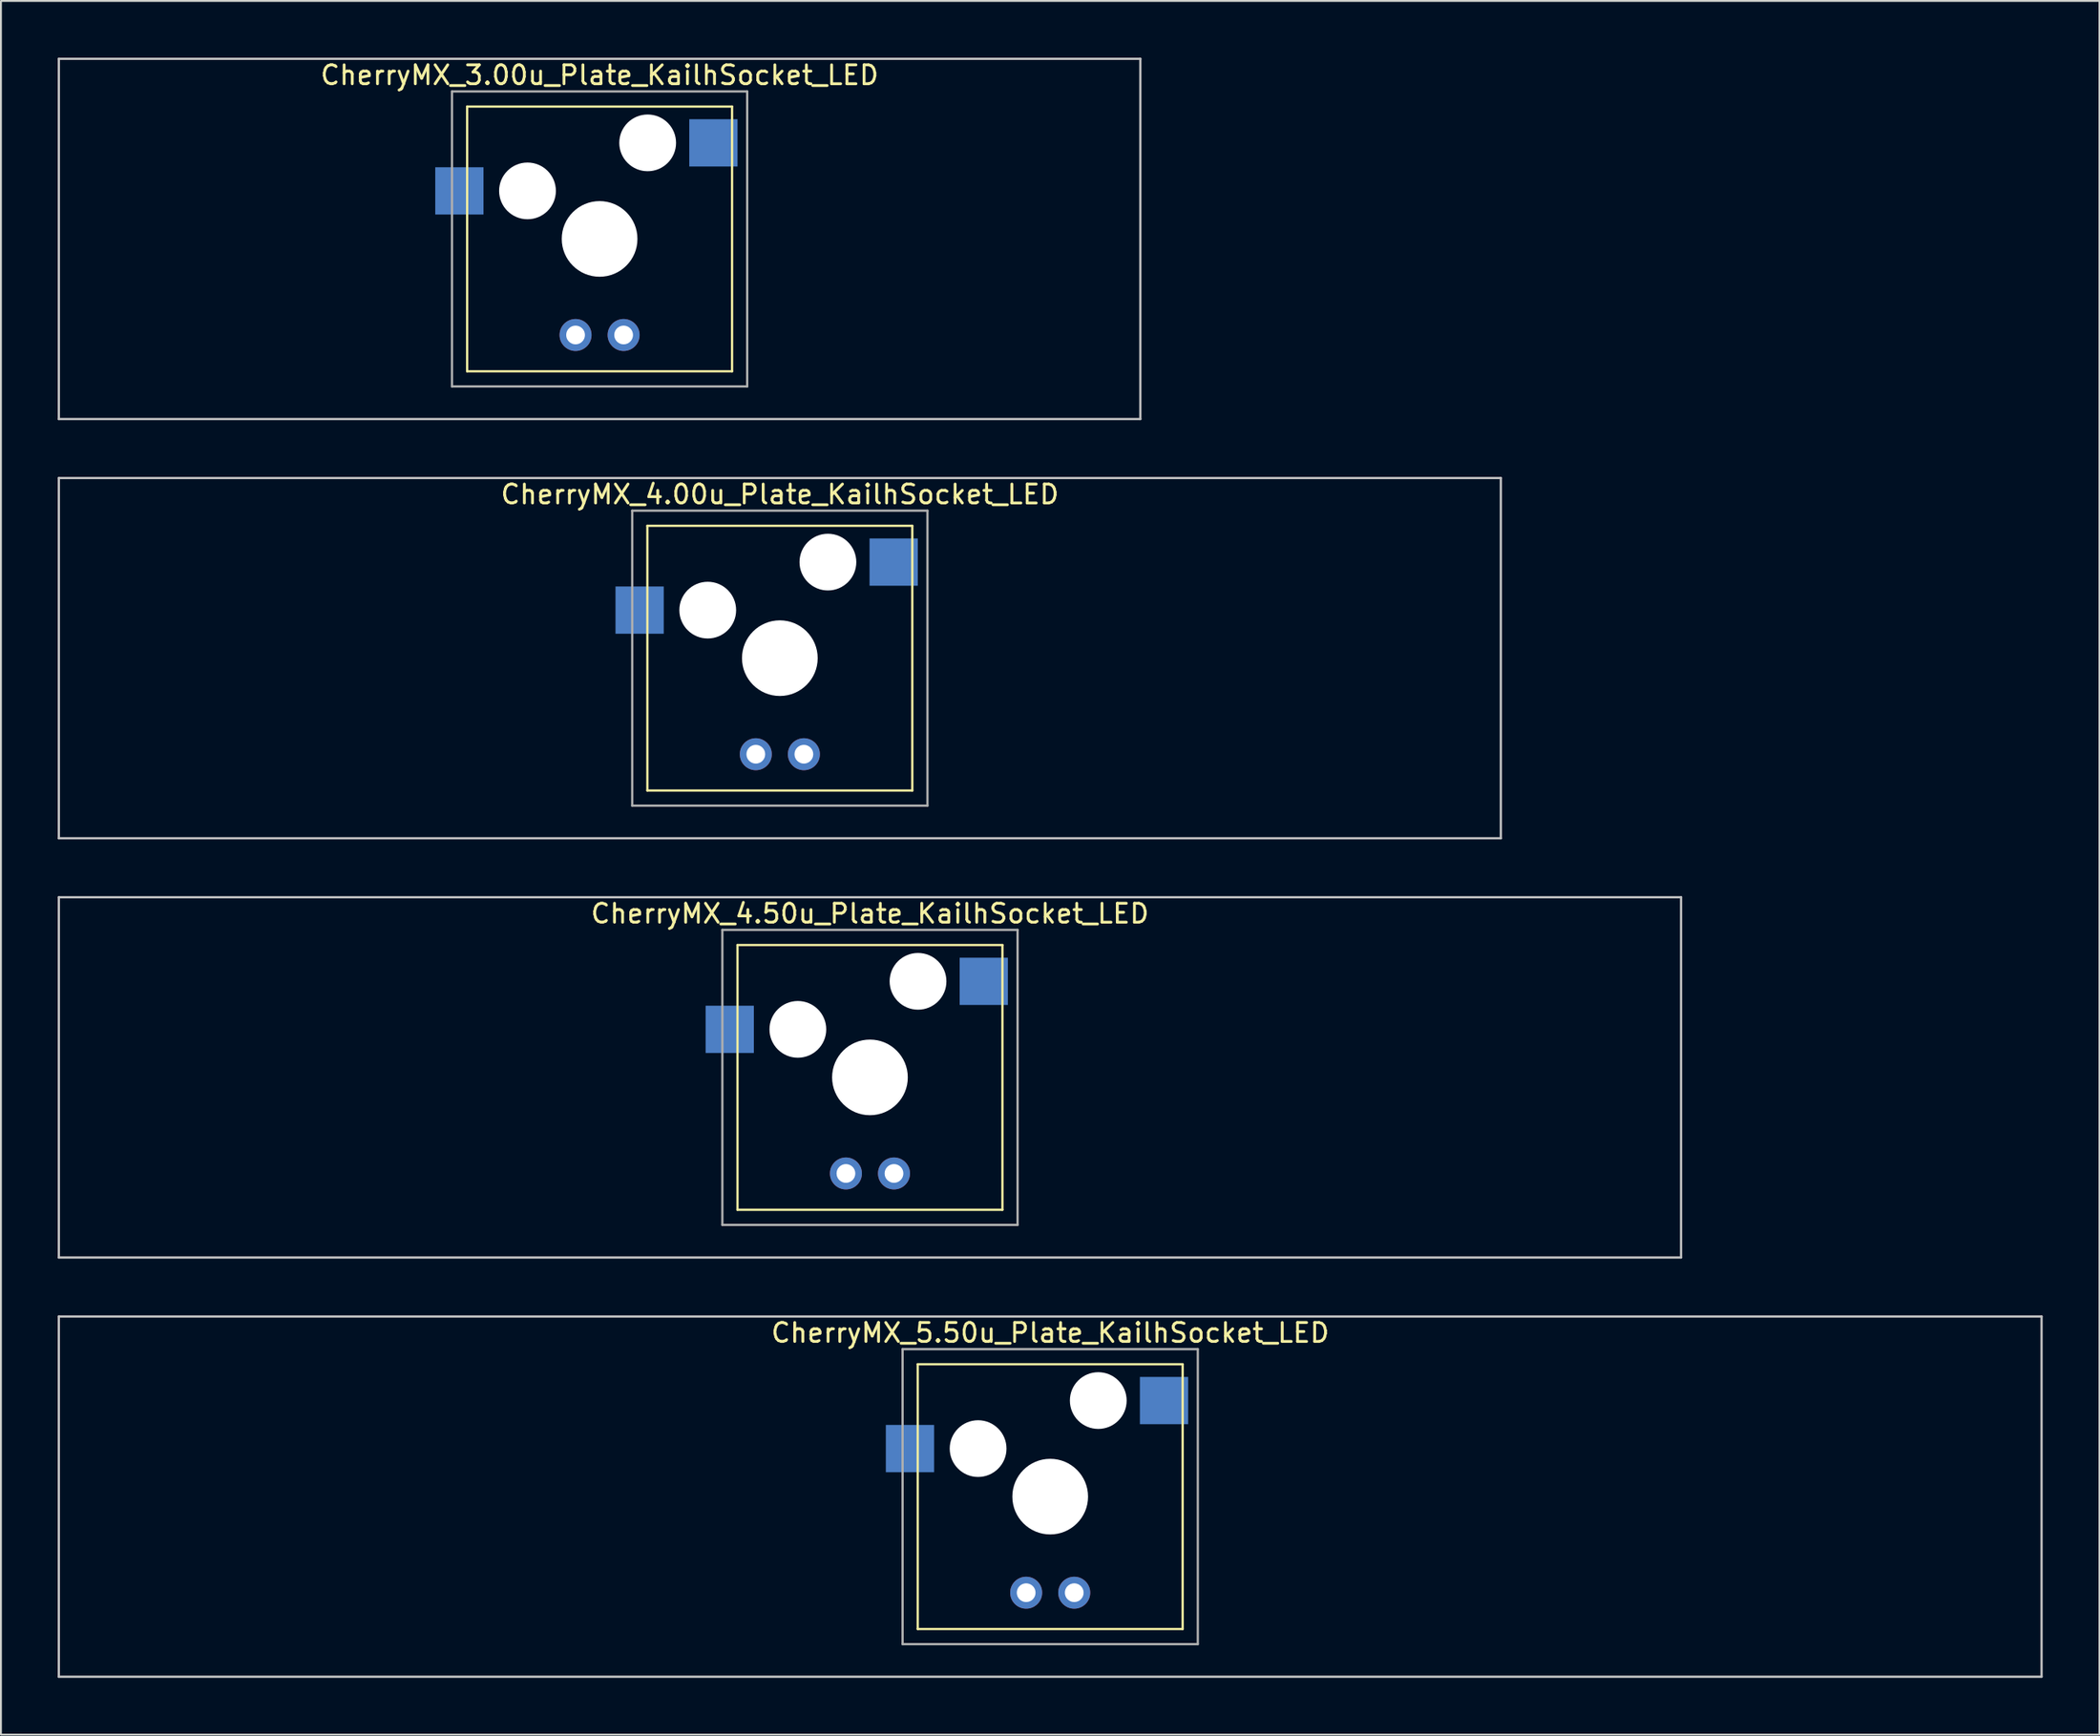
<source format=kicad_pcb>
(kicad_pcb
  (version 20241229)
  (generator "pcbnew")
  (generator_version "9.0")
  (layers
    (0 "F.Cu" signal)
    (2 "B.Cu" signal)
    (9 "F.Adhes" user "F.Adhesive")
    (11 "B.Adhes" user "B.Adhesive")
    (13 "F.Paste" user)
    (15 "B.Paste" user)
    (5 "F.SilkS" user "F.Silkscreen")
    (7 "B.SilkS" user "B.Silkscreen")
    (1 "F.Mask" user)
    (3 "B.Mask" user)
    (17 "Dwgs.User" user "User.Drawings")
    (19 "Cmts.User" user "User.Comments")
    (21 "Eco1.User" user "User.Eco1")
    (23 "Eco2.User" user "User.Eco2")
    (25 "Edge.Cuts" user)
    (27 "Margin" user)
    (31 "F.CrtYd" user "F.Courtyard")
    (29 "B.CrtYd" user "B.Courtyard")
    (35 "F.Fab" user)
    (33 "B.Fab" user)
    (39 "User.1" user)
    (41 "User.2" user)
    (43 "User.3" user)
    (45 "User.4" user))
  (footprint "CherryMX_4.50u_Plate_KailhSocket_LED"
    (layer "F.Cu")
    (at 42.922 53.925)
    (property "Reference" "CherryMX_4.50u_Plate_KailhSocket_LED" (at 0 -8.662 0) (layer "F.SilkS") (effects (font (size 1 1) (thickness 0.15))))
    (attr through_hole)
    (fp_line (start -7 -7) (end -7 7) (stroke (width 0.12) (type solid)) (layer "F.SilkS"))
    (fp_line (start -7 -7) (end 7 -7) (stroke (width 0.12) (type solid)) (layer "F.SilkS"))
    (fp_line (start 7 -7) (end 7 7) (stroke (width 0.12) (type solid)) (layer "F.SilkS"))
    (fp_line (start 7 7) (end -7 7) (stroke (width 0.12) (type solid)) (layer "F.SilkS"))
    (fp_line (start -42.862 -9.525) (end 42.862 -9.525) (stroke (width 0.12) (type solid)) (layer "Dwgs.User"))
    (fp_line (start -42.862 9.525) (end -42.862 -9.525) (stroke (width 0.12) (type solid)) (layer "Dwgs.User"))
    (fp_line (start 42.862 -9.525) (end 42.862 9.525) (stroke (width 0.12) (type solid)) (layer "Dwgs.User"))
    (fp_line (start 42.862 9.525) (end -42.862 9.525) (stroke (width 0.12) (type solid)) (layer "Dwgs.User"))
    (fp_line (start -7.8 -7.8) (end -7.8 7.8) (stroke (width 0.12) (type solid)) (layer "F.Fab"))
    (fp_line (start -7.8 -7.8) (end 7.8 -7.8) (stroke (width 0.12) (type solid)) (layer "F.Fab"))
    (fp_line (start -7.8 7.8) (end 7.8 7.8) (stroke (width 0.12) (type solid)) (layer "F.Fab"))
    (fp_line (start 7.8 -7.8) (end 7.8 7.8) (stroke (width 0.12) (type solid)) (layer "F.Fab"))
    (pad "" np_thru_hole circle (at -3.81 -2.54) (size 3 3) (drill 3) (layers "*.Cu" "*.Mask"))
    (pad "" np_thru_hole circle (at 0 0) (size 4 4) (drill 4) (layers "*.Cu" "*.Mask"))
    (pad "" np_thru_hole circle (at 2.54 -5.08) (size 3 3) (drill 3) (layers "*.Cu" "*.Mask"))
    (pad "1" smd rect (at -7.41 -2.54) (size 2.55 2.5) (layers "B.Cu" "B.Mask" "B.Paste"))
    (pad "2" smd rect (at 6.015 -5.08) (size 2.55 2.5) (layers "B.Cu" "B.Mask" "B.Paste"))
    (pad "3" thru_hole circle (at -1.27 5.08) (size 1.691 1.691) (drill 0.991) (layers "*.Cu" "*.Mask"))
    (pad "4" thru_hole circle (at 1.27 5.08) (size 1.691 1.691) (drill 0.991) (layers "*.Cu" "*.Mask")))
  (footprint "CherryMX_3.00u_Plate_KailhSocket_LED"
    (layer "F.Cu")
    (at 28.635 9.585)
    (property "Reference" "CherryMX_3.00u_Plate_KailhSocket_LED" (at 0 -8.662 0) (layer "F.SilkS") (effects (font (size 1 1) (thickness 0.15))))
    (attr through_hole)
    (fp_line (start -7 -7) (end -7 7) (stroke (width 0.12) (type solid)) (layer "F.SilkS"))
    (fp_line (start -7 -7) (end 7 -7) (stroke (width 0.12) (type solid)) (layer "F.SilkS"))
    (fp_line (start 7 -7) (end 7 7) (stroke (width 0.12) (type solid)) (layer "F.SilkS"))
    (fp_line (start 7 7) (end -7 7) (stroke (width 0.12) (type solid)) (layer "F.SilkS"))
    (fp_line (start -28.575 -9.525) (end 28.575 -9.525) (stroke (width 0.12) (type solid)) (layer "Dwgs.User"))
    (fp_line (start -28.575 9.525) (end -28.575 -9.525) (stroke (width 0.12) (type solid)) (layer "Dwgs.User"))
    (fp_line (start 28.575 -9.525) (end 28.575 9.525) (stroke (width 0.12) (type solid)) (layer "Dwgs.User"))
    (fp_line (start 28.575 9.525) (end -28.575 9.525) (stroke (width 0.12) (type solid)) (layer "Dwgs.User"))
    (fp_line (start -7.8 -7.8) (end -7.8 7.8) (stroke (width 0.12) (type solid)) (layer "F.Fab"))
    (fp_line (start -7.8 -7.8) (end 7.8 -7.8) (stroke (width 0.12) (type solid)) (layer "F.Fab"))
    (fp_line (start -7.8 7.8) (end 7.8 7.8) (stroke (width 0.12) (type solid)) (layer "F.Fab"))
    (fp_line (start 7.8 -7.8) (end 7.8 7.8) (stroke (width 0.12) (type solid)) (layer "F.Fab"))
    (pad "" np_thru_hole circle (at -3.81 -2.54) (size 3 3) (drill 3) (layers "*.Cu" "*.Mask"))
    (pad "" np_thru_hole circle (at 0 0) (size 4 4) (drill 4) (layers "*.Cu" "*.Mask"))
    (pad "" np_thru_hole circle (at 2.54 -5.08) (size 3 3) (drill 3) (layers "*.Cu" "*.Mask"))
    (pad "1" smd rect (at -7.41 -2.54) (size 2.55 2.5) (layers "B.Cu" "B.Mask" "B.Paste"))
    (pad "2" smd rect (at 6.015 -5.08) (size 2.55 2.5) (layers "B.Cu" "B.Mask" "B.Paste"))
    (pad "3" thru_hole circle (at -1.27 5.08) (size 1.691 1.691) (drill 0.991) (layers "*.Cu" "*.Mask"))
    (pad "4" thru_hole circle (at 1.27 5.08) (size 1.691 1.691) (drill 0.991) (layers "*.Cu" "*.Mask")))
  (footprint "CherryMX_4.00u_Plate_KailhSocket_LED"
    (layer "F.Cu")
    (at 38.16 31.755)
    (property "Reference" "CherryMX_4.00u_Plate_KailhSocket_LED" (at 0 -8.662 0) (layer "F.SilkS") (effects (font (size 1 1) (thickness 0.15))))
    (attr through_hole)
    (fp_line (start -7 -7) (end -7 7) (stroke (width 0.12) (type solid)) (layer "F.SilkS"))
    (fp_line (start -7 -7) (end 7 -7) (stroke (width 0.12) (type solid)) (layer "F.SilkS"))
    (fp_line (start 7 -7) (end 7 7) (stroke (width 0.12) (type solid)) (layer "F.SilkS"))
    (fp_line (start 7 7) (end -7 7) (stroke (width 0.12) (type solid)) (layer "F.SilkS"))
    (fp_line (start -38.1 -9.525) (end 38.1 -9.525) (stroke (width 0.12) (type solid)) (layer "Dwgs.User"))
    (fp_line (start -38.1 9.525) (end -38.1 -9.525) (stroke (width 0.12) (type solid)) (layer "Dwgs.User"))
    (fp_line (start 38.1 -9.525) (end 38.1 9.525) (stroke (width 0.12) (type solid)) (layer "Dwgs.User"))
    (fp_line (start 38.1 9.525) (end -38.1 9.525) (stroke (width 0.12) (type solid)) (layer "Dwgs.User"))
    (fp_line (start -7.8 -7.8) (end -7.8 7.8) (stroke (width 0.12) (type solid)) (layer "F.Fab"))
    (fp_line (start -7.8 -7.8) (end 7.8 -7.8) (stroke (width 0.12) (type solid)) (layer "F.Fab"))
    (fp_line (start -7.8 7.8) (end 7.8 7.8) (stroke (width 0.12) (type solid)) (layer "F.Fab"))
    (fp_line (start 7.8 -7.8) (end 7.8 7.8) (stroke (width 0.12) (type solid)) (layer "F.Fab"))
    (pad "" np_thru_hole circle (at -3.81 -2.54) (size 3 3) (drill 3) (layers "*.Cu" "*.Mask"))
    (pad "" np_thru_hole circle (at 0 0) (size 4 4) (drill 4) (layers "*.Cu" "*.Mask"))
    (pad "" np_thru_hole circle (at 2.54 -5.08) (size 3 3) (drill 3) (layers "*.Cu" "*.Mask"))
    (pad "1" smd rect (at -7.41 -2.54) (size 2.55 2.5) (layers "B.Cu" "B.Mask" "B.Paste"))
    (pad "2" smd rect (at 6.015 -5.08) (size 2.55 2.5) (layers "B.Cu" "B.Mask" "B.Paste"))
    (pad "3" thru_hole circle (at -1.27 5.08) (size 1.691 1.691) (drill 0.991) (layers "*.Cu" "*.Mask"))
    (pad "4" thru_hole circle (at 1.27 5.08) (size 1.691 1.691) (drill 0.991) (layers "*.Cu" "*.Mask")))
  (footprint "CherryMX_5.50u_Plate_KailhSocket_LED"
    (layer "F.Cu")
    (at 52.447 76.095)
    (property "Reference" "CherryMX_5.50u_Plate_KailhSocket_LED" (at 0 -8.662 0) (layer "F.SilkS") (effects (font (size 1 1) (thickness 0.15))))
    (attr through_hole)
    (fp_line (start -7 -7) (end -7 7) (stroke (width 0.12) (type solid)) (layer "F.SilkS"))
    (fp_line (start -7 -7) (end 7 -7) (stroke (width 0.12) (type solid)) (layer "F.SilkS"))
    (fp_line (start 7 -7) (end 7 7) (stroke (width 0.12) (type solid)) (layer "F.SilkS"))
    (fp_line (start 7 7) (end -7 7) (stroke (width 0.12) (type solid)) (layer "F.SilkS"))
    (fp_line (start -52.388 -9.525) (end 52.388 -9.525) (stroke (width 0.12) (type solid)) (layer "Dwgs.User"))
    (fp_line (start -52.388 9.525) (end -52.388 -9.525) (stroke (width 0.12) (type solid)) (layer "Dwgs.User"))
    (fp_line (start 52.388 -9.525) (end 52.388 9.525) (stroke (width 0.12) (type solid)) (layer "Dwgs.User"))
    (fp_line (start 52.388 9.525) (end -52.388 9.525) (stroke (width 0.12) (type solid)) (layer "Dwgs.User"))
    (fp_line (start -7.8 -7.8) (end -7.8 7.8) (stroke (width 0.12) (type solid)) (layer "F.Fab"))
    (fp_line (start -7.8 -7.8) (end 7.8 -7.8) (stroke (width 0.12) (type solid)) (layer "F.Fab"))
    (fp_line (start -7.8 7.8) (end 7.8 7.8) (stroke (width 0.12) (type solid)) (layer "F.Fab"))
    (fp_line (start 7.8 -7.8) (end 7.8 7.8) (stroke (width 0.12) (type solid)) (layer "F.Fab"))
    (pad "" np_thru_hole circle (at -3.81 -2.54) (size 3 3) (drill 3) (layers "*.Cu" "*.Mask"))
    (pad "" np_thru_hole circle (at 0 0) (size 4 4) (drill 4) (layers "*.Cu" "*.Mask"))
    (pad "" np_thru_hole circle (at 2.54 -5.08) (size 3 3) (drill 3) (layers "*.Cu" "*.Mask"))
    (pad "1" smd rect (at -7.41 -2.54) (size 2.55 2.5) (layers "B.Cu" "B.Mask" "B.Paste"))
    (pad "2" smd rect (at 6.015 -5.08) (size 2.55 2.5) (layers "B.Cu" "B.Mask" "B.Paste"))
    (pad "3" thru_hole circle (at -1.27 5.08) (size 1.691 1.691) (drill 0.991) (layers "*.Cu" "*.Mask"))
    (pad "4" thru_hole circle (at 1.27 5.08) (size 1.691 1.691) (drill 0.991) (layers "*.Cu" "*.Mask")))
  (gr_rect
    (start -3 -3)
    (end 107.895 88.68)
    (stroke (width 0.1) (type default))
    (fill no)
    (layer "Edge.Cuts")))
</source>
